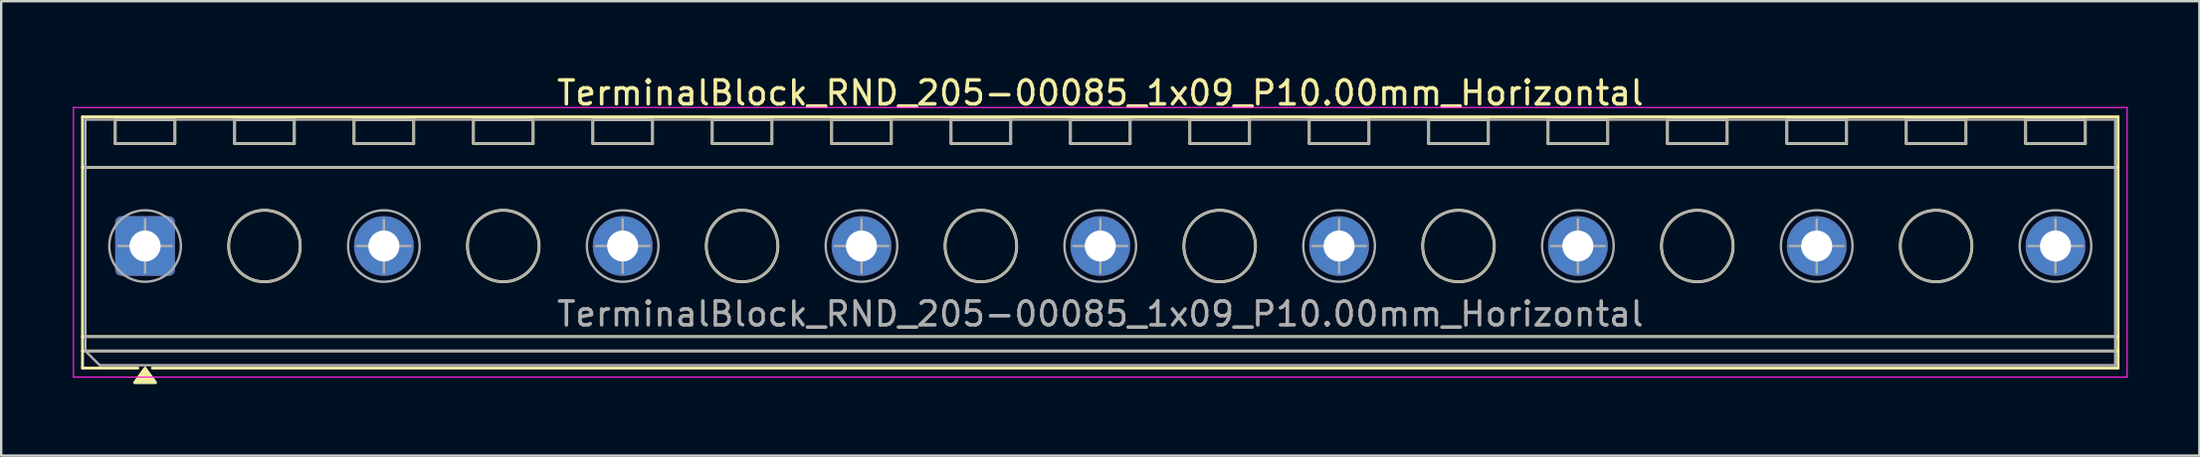
<source format=kicad_pcb>
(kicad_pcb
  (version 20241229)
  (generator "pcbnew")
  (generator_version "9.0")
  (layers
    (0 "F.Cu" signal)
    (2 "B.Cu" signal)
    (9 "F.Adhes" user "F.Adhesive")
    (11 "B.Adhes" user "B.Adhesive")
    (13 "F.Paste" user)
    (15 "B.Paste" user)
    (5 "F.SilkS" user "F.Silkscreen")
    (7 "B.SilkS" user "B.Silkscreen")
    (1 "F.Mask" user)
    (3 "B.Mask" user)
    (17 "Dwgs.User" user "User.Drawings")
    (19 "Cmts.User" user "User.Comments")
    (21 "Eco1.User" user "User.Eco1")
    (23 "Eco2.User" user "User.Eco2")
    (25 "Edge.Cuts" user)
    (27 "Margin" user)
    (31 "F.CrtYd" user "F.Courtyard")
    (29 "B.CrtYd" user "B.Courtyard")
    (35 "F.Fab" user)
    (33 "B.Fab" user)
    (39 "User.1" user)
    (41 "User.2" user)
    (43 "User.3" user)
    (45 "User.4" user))
  (footprint "TerminalBlock_RND_205-00085_1x09_P10.00mm_Horizontal"
    (layer "F.Cu")
    (at 3.025 7.268)
    (property "Reference" "TerminalBlock_RND_205-00085_1x09_P10.00mm_Horizontal" (at 40 -6.42 0) (layer "F.SilkS") (effects (font (size 1 1) (thickness 0.15))))
    (attr through_hole)
    (fp_line (start -2.62 -5.42) (end 82.62 -5.42) (stroke (width 0.12) (type solid)) (layer "F.SilkS"))
    (fp_line (start -2.62 -3.3) (end 82.62 -3.3) (stroke (width 0.12) (type solid)) (layer "F.SilkS"))
    (fp_line (start -2.62 3.8) (end 82.62 3.8) (stroke (width 0.12) (type solid)) (layer "F.SilkS"))
    (fp_line (start -2.62 4.4) (end 82.62 4.4) (stroke (width 0.12) (type solid)) (layer "F.SilkS"))
    (fp_line (start -2.62 5.12) (end -2.62 -5.42) (stroke (width 0.12) (type solid)) (layer "F.SilkS"))
    (fp_line (start -1.25 -5.3) (end 1.25 -5.3) (stroke (width 0.12) (type solid)) (layer "F.SilkS"))
    (fp_line (start -1.25 -4.3) (end -1.25 -5.3) (stroke (width 0.12) (type solid)) (layer "F.SilkS"))
    (fp_line (start -0.3 5.12) (end -2.62 5.12) (stroke (width 0.12) (type solid)) (layer "F.SilkS"))
    (fp_line (start 1.25 -5.3) (end 1.25 -4.3) (stroke (width 0.12) (type solid)) (layer "F.SilkS"))
    (fp_line (start 1.25 -4.3) (end -1.25 -4.3) (stroke (width 0.12) (type solid)) (layer "F.SilkS"))
    (fp_line (start 3.75 -5.3) (end 6.25 -5.3) (stroke (width 0.12) (type solid)) (layer "F.SilkS"))
    (fp_line (start 3.75 -4.3) (end 3.75 -5.3) (stroke (width 0.12) (type solid)) (layer "F.SilkS"))
    (fp_line (start 6.25 -5.3) (end 6.25 -4.3) (stroke (width 0.12) (type solid)) (layer "F.SilkS"))
    (fp_line (start 6.25 -4.3) (end 3.75 -4.3) (stroke (width 0.12) (type solid)) (layer "F.SilkS"))
    (fp_line (start 8.75 -5.3) (end 11.25 -5.3) (stroke (width 0.12) (type solid)) (layer "F.SilkS"))
    (fp_line (start 8.75 -4.3) (end 8.75 -5.3) (stroke (width 0.12) (type solid)) (layer "F.SilkS"))
    (fp_line (start 11.25 -5.3) (end 11.25 -4.3) (stroke (width 0.12) (type solid)) (layer "F.SilkS"))
    (fp_line (start 11.25 -4.3) (end 8.75 -4.3) (stroke (width 0.12) (type solid)) (layer "F.SilkS"))
    (fp_line (start 13.75 -5.3) (end 16.25 -5.3) (stroke (width 0.12) (type solid)) (layer "F.SilkS"))
    (fp_line (start 13.75 -4.3) (end 13.75 -5.3) (stroke (width 0.12) (type solid)) (layer "F.SilkS"))
    (fp_line (start 16.25 -5.3) (end 16.25 -4.3) (stroke (width 0.12) (type solid)) (layer "F.SilkS"))
    (fp_line (start 16.25 -4.3) (end 13.75 -4.3) (stroke (width 0.12) (type solid)) (layer "F.SilkS"))
    (fp_line (start 18.75 -5.3) (end 21.25 -5.3) (stroke (width 0.12) (type solid)) (layer "F.SilkS"))
    (fp_line (start 18.75 -4.3) (end 18.75 -5.3) (stroke (width 0.12) (type solid)) (layer "F.SilkS"))
    (fp_line (start 21.25 -5.3) (end 21.25 -4.3) (stroke (width 0.12) (type solid)) (layer "F.SilkS"))
    (fp_line (start 21.25 -4.3) (end 18.75 -4.3) (stroke (width 0.12) (type solid)) (layer "F.SilkS"))
    (fp_line (start 23.75 -5.3) (end 26.25 -5.3) (stroke (width 0.12) (type solid)) (layer "F.SilkS"))
    (fp_line (start 23.75 -4.3) (end 23.75 -5.3) (stroke (width 0.12) (type solid)) (layer "F.SilkS"))
    (fp_line (start 26.25 -5.3) (end 26.25 -4.3) (stroke (width 0.12) (type solid)) (layer "F.SilkS"))
    (fp_line (start 26.25 -4.3) (end 23.75 -4.3) (stroke (width 0.12) (type solid)) (layer "F.SilkS"))
    (fp_line (start 28.75 -5.3) (end 31.25 -5.3) (stroke (width 0.12) (type solid)) (layer "F.SilkS"))
    (fp_line (start 28.75 -4.3) (end 28.75 -5.3) (stroke (width 0.12) (type solid)) (layer "F.SilkS"))
    (fp_line (start 31.25 -5.3) (end 31.25 -4.3) (stroke (width 0.12) (type solid)) (layer "F.SilkS"))
    (fp_line (start 31.25 -4.3) (end 28.75 -4.3) (stroke (width 0.12) (type solid)) (layer "F.SilkS"))
    (fp_line (start 33.75 -5.3) (end 36.25 -5.3) (stroke (width 0.12) (type solid)) (layer "F.SilkS"))
    (fp_line (start 33.75 -4.3) (end 33.75 -5.3) (stroke (width 0.12) (type solid)) (layer "F.SilkS"))
    (fp_line (start 36.25 -5.3) (end 36.25 -4.3) (stroke (width 0.12) (type solid)) (layer "F.SilkS"))
    (fp_line (start 36.25 -4.3) (end 33.75 -4.3) (stroke (width 0.12) (type solid)) (layer "F.SilkS"))
    (fp_line (start 38.75 -5.3) (end 41.25 -5.3) (stroke (width 0.12) (type solid)) (layer "F.SilkS"))
    (fp_line (start 38.75 -4.3) (end 38.75 -5.3) (stroke (width 0.12) (type solid)) (layer "F.SilkS"))
    (fp_line (start 41.25 -5.3) (end 41.25 -4.3) (stroke (width 0.12) (type solid)) (layer "F.SilkS"))
    (fp_line (start 41.25 -4.3) (end 38.75 -4.3) (stroke (width 0.12) (type solid)) (layer "F.SilkS"))
    (fp_line (start 43.75 -5.3) (end 46.25 -5.3) (stroke (width 0.12) (type solid)) (layer "F.SilkS"))
    (fp_line (start 43.75 -4.3) (end 43.75 -5.3) (stroke (width 0.12) (type solid)) (layer "F.SilkS"))
    (fp_line (start 46.25 -5.3) (end 46.25 -4.3) (stroke (width 0.12) (type solid)) (layer "F.SilkS"))
    (fp_line (start 46.25 -4.3) (end 43.75 -4.3) (stroke (width 0.12) (type solid)) (layer "F.SilkS"))
    (fp_line (start 48.75 -5.3) (end 51.25 -5.3) (stroke (width 0.12) (type solid)) (layer "F.SilkS"))
    (fp_line (start 48.75 -4.3) (end 48.75 -5.3) (stroke (width 0.12) (type solid)) (layer "F.SilkS"))
    (fp_line (start 51.25 -5.3) (end 51.25 -4.3) (stroke (width 0.12) (type solid)) (layer "F.SilkS"))
    (fp_line (start 51.25 -4.3) (end 48.75 -4.3) (stroke (width 0.12) (type solid)) (layer "F.SilkS"))
    (fp_line (start 53.75 -5.3) (end 56.25 -5.3) (stroke (width 0.12) (type solid)) (layer "F.SilkS"))
    (fp_line (start 53.75 -4.3) (end 53.75 -5.3) (stroke (width 0.12) (type solid)) (layer "F.SilkS"))
    (fp_line (start 56.25 -5.3) (end 56.25 -4.3) (stroke (width 0.12) (type solid)) (layer "F.SilkS"))
    (fp_line (start 56.25 -4.3) (end 53.75 -4.3) (stroke (width 0.12) (type solid)) (layer "F.SilkS"))
    (fp_line (start 58.75 -5.3) (end 61.25 -5.3) (stroke (width 0.12) (type solid)) (layer "F.SilkS"))
    (fp_line (start 58.75 -4.3) (end 58.75 -5.3) (stroke (width 0.12) (type solid)) (layer "F.SilkS"))
    (fp_line (start 61.25 -5.3) (end 61.25 -4.3) (stroke (width 0.12) (type solid)) (layer "F.SilkS"))
    (fp_line (start 61.25 -4.3) (end 58.75 -4.3) (stroke (width 0.12) (type solid)) (layer "F.SilkS"))
    (fp_line (start 63.75 -5.3) (end 66.25 -5.3) (stroke (width 0.12) (type solid)) (layer "F.SilkS"))
    (fp_line (start 63.75 -4.3) (end 63.75 -5.3) (stroke (width 0.12) (type solid)) (layer "F.SilkS"))
    (fp_line (start 66.25 -5.3) (end 66.25 -4.3) (stroke (width 0.12) (type solid)) (layer "F.SilkS"))
    (fp_line (start 66.25 -4.3) (end 63.75 -4.3) (stroke (width 0.12) (type solid)) (layer "F.SilkS"))
    (fp_line (start 68.75 -5.3) (end 71.25 -5.3) (stroke (width 0.12) (type solid)) (layer "F.SilkS"))
    (fp_line (start 68.75 -4.3) (end 68.75 -5.3) (stroke (width 0.12) (type solid)) (layer "F.SilkS"))
    (fp_line (start 71.25 -5.3) (end 71.25 -4.3) (stroke (width 0.12) (type solid)) (layer "F.SilkS"))
    (fp_line (start 71.25 -4.3) (end 68.75 -4.3) (stroke (width 0.12) (type solid)) (layer "F.SilkS"))
    (fp_line (start 73.75 -5.3) (end 76.25 -5.3) (stroke (width 0.12) (type solid)) (layer "F.SilkS"))
    (fp_line (start 73.75 -4.3) (end 73.75 -5.3) (stroke (width 0.12) (type solid)) (layer "F.SilkS"))
    (fp_line (start 76.25 -5.3) (end 76.25 -4.3) (stroke (width 0.12) (type solid)) (layer "F.SilkS"))
    (fp_line (start 76.25 -4.3) (end 73.75 -4.3) (stroke (width 0.12) (type solid)) (layer "F.SilkS"))
    (fp_line (start 78.75 -5.3) (end 81.25 -5.3) (stroke (width 0.12) (type solid)) (layer "F.SilkS"))
    (fp_line (start 78.75 -4.3) (end 78.75 -5.3) (stroke (width 0.12) (type solid)) (layer "F.SilkS"))
    (fp_line (start 81.25 -5.3) (end 81.25 -4.3) (stroke (width 0.12) (type solid)) (layer "F.SilkS"))
    (fp_line (start 81.25 -4.3) (end 78.75 -4.3) (stroke (width 0.12) (type solid)) (layer "F.SilkS"))
    (fp_line (start 82.62 -5.42) (end 82.62 5.12) (stroke (width 0.12) (type solid)) (layer "F.SilkS"))
    (fp_line (start 82.62 5.12) (end 0.3 5.12) (stroke (width 0.12) (type solid)) (layer "F.SilkS"))
    (fp_circle (center 5 0) (end 6.5 0) (stroke (width 0.12) (type solid)) (fill no) (layer "F.SilkS"))
    (fp_circle (center 15 0) (end 16.5 0) (stroke (width 0.12) (type solid)) (fill no) (layer "F.SilkS"))
    (fp_circle (center 25 0) (end 26.5 0) (stroke (width 0.12) (type solid)) (fill no) (layer "F.SilkS"))
    (fp_circle (center 35 0) (end 36.5 0) (stroke (width 0.12) (type solid)) (fill no) (layer "F.SilkS"))
    (fp_circle (center 45 0) (end 46.5 0) (stroke (width 0.12) (type solid)) (fill no) (layer "F.SilkS"))
    (fp_circle (center 55 0) (end 56.5 0) (stroke (width 0.12) (type solid)) (fill no) (layer "F.SilkS"))
    (fp_circle (center 65 0) (end 66.5 0) (stroke (width 0.12) (type solid)) (fill no) (layer "F.SilkS"))
    (fp_circle (center 75 0) (end 76.5 0) (stroke (width 0.12) (type solid)) (fill no) (layer "F.SilkS"))
    (fp_poly (pts (xy 0 5.12) (xy 0.44 5.73) (xy -0.44 5.73)) (stroke (width 0.12) (type solid)) (fill yes) (layer "F.SilkS"))
    (fp_line (start -3 -5.81) (end -3 5.5) (stroke (width 0.05) (type solid)) (layer "F.CrtYd"))
    (fp_line (start -3 5.5) (end 83 5.5) (stroke (width 0.05) (type solid)) (layer "F.CrtYd"))
    (fp_line (start 83 -5.81) (end -3 -5.81) (stroke (width 0.05) (type solid)) (layer "F.CrtYd"))
    (fp_line (start 83 5.5) (end 83 -5.81) (stroke (width 0.05) (type solid)) (layer "F.CrtYd"))
    (fp_line (start -2.5 -5.3) (end 82.5 -5.3) (stroke (width 0.1) (type solid)) (layer "F.Fab"))
    (fp_line (start -2.5 -3.3) (end 82.5 -3.3) (stroke (width 0.1) (type solid)) (layer "F.Fab"))
    (fp_line (start -2.5 3.8) (end 82.5 3.8) (stroke (width 0.1) (type solid)) (layer "F.Fab"))
    (fp_line (start -2.5 4.4) (end -2.5 -5.3) (stroke (width 0.1) (type solid)) (layer "F.Fab"))
    (fp_line (start -2.5 4.4) (end 82.5 4.4) (stroke (width 0.1) (type solid)) (layer "F.Fab"))
    (fp_line (start -1.9 5) (end -2.5 4.4) (stroke (width 0.1) (type solid)) (layer "F.Fab"))
    (fp_line (start -1.25 -5.3) (end -1.25 -4.3) (stroke (width 0.1) (type solid)) (layer "F.Fab"))
    (fp_line (start -1.25 -4.3) (end 1.25 -4.3) (stroke (width 0.1) (type solid)) (layer "F.Fab"))
    (fp_line (start -1.125 0) (end 1.125 0) (stroke (width 0.1) (type solid)) (layer "F.Fab"))
    (fp_line (start 0 -1.125) (end 0 1.125) (stroke (width 0.1) (type solid)) (layer "F.Fab"))
    (fp_line (start 1.25 -5.3) (end -1.25 -5.3) (stroke (width 0.1) (type solid)) (layer "F.Fab"))
    (fp_line (start 1.25 -4.3) (end 1.25 -5.3) (stroke (width 0.1) (type solid)) (layer "F.Fab"))
    (fp_line (start 3.75 -5.3) (end 3.75 -4.3) (stroke (width 0.1) (type solid)) (layer "F.Fab"))
    (fp_line (start 3.75 -4.3) (end 6.25 -4.3) (stroke (width 0.1) (type solid)) (layer "F.Fab"))
    (fp_line (start 6.25 -5.3) (end 3.75 -5.3) (stroke (width 0.1) (type solid)) (layer "F.Fab"))
    (fp_line (start 6.25 -4.3) (end 6.25 -5.3) (stroke (width 0.1) (type solid)) (layer "F.Fab"))
    (fp_line (start 8.75 -5.3) (end 8.75 -4.3) (stroke (width 0.1) (type solid)) (layer "F.Fab"))
    (fp_line (start 8.75 -4.3) (end 11.25 -4.3) (stroke (width 0.1) (type solid)) (layer "F.Fab"))
    (fp_line (start 8.875 0) (end 11.125 0) (stroke (width 0.1) (type solid)) (layer "F.Fab"))
    (fp_line (start 10 -1.125) (end 10 1.125) (stroke (width 0.1) (type solid)) (layer "F.Fab"))
    (fp_line (start 11.25 -5.3) (end 8.75 -5.3) (stroke (width 0.1) (type solid)) (layer "F.Fab"))
    (fp_line (start 11.25 -4.3) (end 11.25 -5.3) (stroke (width 0.1) (type solid)) (layer "F.Fab"))
    (fp_line (start 13.75 -5.3) (end 13.75 -4.3) (stroke (width 0.1) (type solid)) (layer "F.Fab"))
    (fp_line (start 13.75 -4.3) (end 16.25 -4.3) (stroke (width 0.1) (type solid)) (layer "F.Fab"))
    (fp_line (start 16.25 -5.3) (end 13.75 -5.3) (stroke (width 0.1) (type solid)) (layer "F.Fab"))
    (fp_line (start 16.25 -4.3) (end 16.25 -5.3) (stroke (width 0.1) (type solid)) (layer "F.Fab"))
    (fp_line (start 18.75 -5.3) (end 18.75 -4.3) (stroke (width 0.1) (type solid)) (layer "F.Fab"))
    (fp_line (start 18.75 -4.3) (end 21.25 -4.3) (stroke (width 0.1) (type solid)) (layer "F.Fab"))
    (fp_line (start 18.875 0) (end 21.125 0) (stroke (width 0.1) (type solid)) (layer "F.Fab"))
    (fp_line (start 20 -1.125) (end 20 1.125) (stroke (width 0.1) (type solid)) (layer "F.Fab"))
    (fp_line (start 21.25 -5.3) (end 18.75 -5.3) (stroke (width 0.1) (type solid)) (layer "F.Fab"))
    (fp_line (start 21.25 -4.3) (end 21.25 -5.3) (stroke (width 0.1) (type solid)) (layer "F.Fab"))
    (fp_line (start 23.75 -5.3) (end 23.75 -4.3) (stroke (width 0.1) (type solid)) (layer "F.Fab"))
    (fp_line (start 23.75 -4.3) (end 26.25 -4.3) (stroke (width 0.1) (type solid)) (layer "F.Fab"))
    (fp_line (start 26.25 -5.3) (end 23.75 -5.3) (stroke (width 0.1) (type solid)) (layer "F.Fab"))
    (fp_line (start 26.25 -4.3) (end 26.25 -5.3) (stroke (width 0.1) (type solid)) (layer "F.Fab"))
    (fp_line (start 28.75 -5.3) (end 28.75 -4.3) (stroke (width 0.1) (type solid)) (layer "F.Fab"))
    (fp_line (start 28.75 -4.3) (end 31.25 -4.3) (stroke (width 0.1) (type solid)) (layer "F.Fab"))
    (fp_line (start 28.875 0) (end 31.125 0) (stroke (width 0.1) (type solid)) (layer "F.Fab"))
    (fp_line (start 30 -1.125) (end 30 1.125) (stroke (width 0.1) (type solid)) (layer "F.Fab"))
    (fp_line (start 31.25 -5.3) (end 28.75 -5.3) (stroke (width 0.1) (type solid)) (layer "F.Fab"))
    (fp_line (start 31.25 -4.3) (end 31.25 -5.3) (stroke (width 0.1) (type solid)) (layer "F.Fab"))
    (fp_line (start 33.75 -5.3) (end 33.75 -4.3) (stroke (width 0.1) (type solid)) (layer "F.Fab"))
    (fp_line (start 33.75 -4.3) (end 36.25 -4.3) (stroke (width 0.1) (type solid)) (layer "F.Fab"))
    (fp_line (start 36.25 -5.3) (end 33.75 -5.3) (stroke (width 0.1) (type solid)) (layer "F.Fab"))
    (fp_line (start 36.25 -4.3) (end 36.25 -5.3) (stroke (width 0.1) (type solid)) (layer "F.Fab"))
    (fp_line (start 38.75 -5.3) (end 38.75 -4.3) (stroke (width 0.1) (type solid)) (layer "F.Fab"))
    (fp_line (start 38.75 -4.3) (end 41.25 -4.3) (stroke (width 0.1) (type solid)) (layer "F.Fab"))
    (fp_line (start 38.875 0) (end 41.125 0) (stroke (width 0.1) (type solid)) (layer "F.Fab"))
    (fp_line (start 40 -1.125) (end 40 1.125) (stroke (width 0.1) (type solid)) (layer "F.Fab"))
    (fp_line (start 41.25 -5.3) (end 38.75 -5.3) (stroke (width 0.1) (type solid)) (layer "F.Fab"))
    (fp_line (start 41.25 -4.3) (end 41.25 -5.3) (stroke (width 0.1) (type solid)) (layer "F.Fab"))
    (fp_line (start 43.75 -5.3) (end 43.75 -4.3) (stroke (width 0.1) (type solid)) (layer "F.Fab"))
    (fp_line (start 43.75 -4.3) (end 46.25 -4.3) (stroke (width 0.1) (type solid)) (layer "F.Fab"))
    (fp_line (start 46.25 -5.3) (end 43.75 -5.3) (stroke (width 0.1) (type solid)) (layer "F.Fab"))
    (fp_line (start 46.25 -4.3) (end 46.25 -5.3) (stroke (width 0.1) (type solid)) (layer "F.Fab"))
    (fp_line (start 48.75 -5.3) (end 48.75 -4.3) (stroke (width 0.1) (type solid)) (layer "F.Fab"))
    (fp_line (start 48.75 -4.3) (end 51.25 -4.3) (stroke (width 0.1) (type solid)) (layer "F.Fab"))
    (fp_line (start 48.875 0) (end 51.125 0) (stroke (width 0.1) (type solid)) (layer "F.Fab"))
    (fp_line (start 50 -1.125) (end 50 1.125) (stroke (width 0.1) (type solid)) (layer "F.Fab"))
    (fp_line (start 51.25 -5.3) (end 48.75 -5.3) (stroke (width 0.1) (type solid)) (layer "F.Fab"))
    (fp_line (start 51.25 -4.3) (end 51.25 -5.3) (stroke (width 0.1) (type solid)) (layer "F.Fab"))
    (fp_line (start 53.75 -5.3) (end 53.75 -4.3) (stroke (width 0.1) (type solid)) (layer "F.Fab"))
    (fp_line (start 53.75 -4.3) (end 56.25 -4.3) (stroke (width 0.1) (type solid)) (layer "F.Fab"))
    (fp_line (start 56.25 -5.3) (end 53.75 -5.3) (stroke (width 0.1) (type solid)) (layer "F.Fab"))
    (fp_line (start 56.25 -4.3) (end 56.25 -5.3) (stroke (width 0.1) (type solid)) (layer "F.Fab"))
    (fp_line (start 58.75 -5.3) (end 58.75 -4.3) (stroke (width 0.1) (type solid)) (layer "F.Fab"))
    (fp_line (start 58.75 -4.3) (end 61.25 -4.3) (stroke (width 0.1) (type solid)) (layer "F.Fab"))
    (fp_line (start 58.875 0) (end 61.125 0) (stroke (width 0.1) (type solid)) (layer "F.Fab"))
    (fp_line (start 60 -1.125) (end 60 1.125) (stroke (width 0.1) (type solid)) (layer "F.Fab"))
    (fp_line (start 61.25 -5.3) (end 58.75 -5.3) (stroke (width 0.1) (type solid)) (layer "F.Fab"))
    (fp_line (start 61.25 -4.3) (end 61.25 -5.3) (stroke (width 0.1) (type solid)) (layer "F.Fab"))
    (fp_line (start 63.75 -5.3) (end 63.75 -4.3) (stroke (width 0.1) (type solid)) (layer "F.Fab"))
    (fp_line (start 63.75 -4.3) (end 66.25 -4.3) (stroke (width 0.1) (type solid)) (layer "F.Fab"))
    (fp_line (start 66.25 -5.3) (end 63.75 -5.3) (stroke (width 0.1) (type solid)) (layer "F.Fab"))
    (fp_line (start 66.25 -4.3) (end 66.25 -5.3) (stroke (width 0.1) (type solid)) (layer "F.Fab"))
    (fp_line (start 68.75 -5.3) (end 68.75 -4.3) (stroke (width 0.1) (type solid)) (layer "F.Fab"))
    (fp_line (start 68.75 -4.3) (end 71.25 -4.3) (stroke (width 0.1) (type solid)) (layer "F.Fab"))
    (fp_line (start 68.875 0) (end 71.125 0) (stroke (width 0.1) (type solid)) (layer "F.Fab"))
    (fp_line (start 70 -1.125) (end 70 1.125) (stroke (width 0.1) (type solid)) (layer "F.Fab"))
    (fp_line (start 71.25 -5.3) (end 68.75 -5.3) (stroke (width 0.1) (type solid)) (layer "F.Fab"))
    (fp_line (start 71.25 -4.3) (end 71.25 -5.3) (stroke (width 0.1) (type solid)) (layer "F.Fab"))
    (fp_line (start 73.75 -5.3) (end 73.75 -4.3) (stroke (width 0.1) (type solid)) (layer "F.Fab"))
    (fp_line (start 73.75 -4.3) (end 76.25 -4.3) (stroke (width 0.1) (type solid)) (layer "F.Fab"))
    (fp_line (start 76.25 -5.3) (end 73.75 -5.3) (stroke (width 0.1) (type solid)) (layer "F.Fab"))
    (fp_line (start 76.25 -4.3) (end 76.25 -5.3) (stroke (width 0.1) (type solid)) (layer "F.Fab"))
    (fp_line (start 78.75 -5.3) (end 78.75 -4.3) (stroke (width 0.1) (type solid)) (layer "F.Fab"))
    (fp_line (start 78.75 -4.3) (end 81.25 -4.3) (stroke (width 0.1) (type solid)) (layer "F.Fab"))
    (fp_line (start 78.875 0) (end 81.125 0) (stroke (width 0.1) (type solid)) (layer "F.Fab"))
    (fp_line (start 80 -1.125) (end 80 1.125) (stroke (width 0.1) (type solid)) (layer "F.Fab"))
    (fp_line (start 81.25 -5.3) (end 78.75 -5.3) (stroke (width 0.1) (type solid)) (layer "F.Fab"))
    (fp_line (start 81.25 -4.3) (end 81.25 -5.3) (stroke (width 0.1) (type solid)) (layer "F.Fab"))
    (fp_line (start 82.5 -5.3) (end 82.5 5) (stroke (width 0.1) (type solid)) (layer "F.Fab"))
    (fp_line (start 82.5 5) (end -1.9 5) (stroke (width 0.1) (type solid)) (layer "F.Fab"))
    (fp_circle (center 0 0) (end 1.5 0) (stroke (width 0.1) (type solid)) (fill no) (layer "F.Fab"))
    (fp_circle (center 5 0) (end 6.5 0) (stroke (width 0.1) (type solid)) (fill no) (layer "F.Fab"))
    (fp_circle (center 10 0) (end 11.5 0) (stroke (width 0.1) (type solid)) (fill no) (layer "F.Fab"))
    (fp_circle (center 15 0) (end 16.5 0) (stroke (width 0.1) (type solid)) (fill no) (layer "F.Fab"))
    (fp_circle (center 20 0) (end 21.5 0) (stroke (width 0.1) (type solid)) (fill no) (layer "F.Fab"))
    (fp_circle (center 25 0) (end 26.5 0) (stroke (width 0.1) (type solid)) (fill no) (layer "F.Fab"))
    (fp_circle (center 30 0) (end 31.5 0) (stroke (width 0.1) (type solid)) (fill no) (layer "F.Fab"))
    (fp_circle (center 35 0) (end 36.5 0) (stroke (width 0.1) (type solid)) (fill no) (layer "F.Fab"))
    (fp_circle (center 40 0) (end 41.5 0) (stroke (width 0.1) (type solid)) (fill no) (layer "F.Fab"))
    (fp_circle (center 45 0) (end 46.5 0) (stroke (width 0.1) (type solid)) (fill no) (layer "F.Fab"))
    (fp_circle (center 50 0) (end 51.5 0) (stroke (width 0.1) (type solid)) (fill no) (layer "F.Fab"))
    (fp_circle (center 55 0) (end 56.5 0) (stroke (width 0.1) (type solid)) (fill no) (layer "F.Fab"))
    (fp_circle (center 60 0) (end 61.5 0) (stroke (width 0.1) (type solid)) (fill no) (layer "F.Fab"))
    (fp_circle (center 65 0) (end 66.5 0) (stroke (width 0.1) (type solid)) (fill no) (layer "F.Fab"))
    (fp_circle (center 70 0) (end 71.5 0) (stroke (width 0.1) (type solid)) (fill no) (layer "F.Fab"))
    (fp_circle (center 75 0) (end 76.5 0) (stroke (width 0.1) (type solid)) (fill no) (layer "F.Fab"))
    (fp_circle (center 80 0) (end 81.5 0) (stroke (width 0.1) (type solid)) (fill no) (layer "F.Fab"))
    (fp_text user "${REFERENCE}" (at 40 2.85 0) (layer "F.Fab") (effects (font (size 1 1) (thickness 0.15))))
    (pad "1" thru_hole roundrect (at 0 0) (size 2.5 2.5) (drill 1.3) (layers "*.Cu" "*.Mask") (roundrect_rratio 0.1))
    (pad "2" thru_hole circle (at 10 0) (size 2.5 2.5) (drill 1.3) (layers "*.Cu" "*.Mask"))
    (pad "3" thru_hole circle (at 20 0) (size 2.5 2.5) (drill 1.3) (layers "*.Cu" "*.Mask"))
    (pad "4" thru_hole circle (at 30 0) (size 2.5 2.5) (drill 1.3) (layers "*.Cu" "*.Mask"))
    (pad "5" thru_hole circle (at 40 0) (size 2.5 2.5) (drill 1.3) (layers "*.Cu" "*.Mask"))
    (pad "6" thru_hole circle (at 50 0) (size 2.5 2.5) (drill 1.3) (layers "*.Cu" "*.Mask"))
    (pad "7" thru_hole circle (at 60 0) (size 2.5 2.5) (drill 1.3) (layers "*.Cu" "*.Mask"))
    (pad "8" thru_hole circle (at 70 0) (size 2.5 2.5) (drill 1.3) (layers "*.Cu" "*.Mask"))
    (pad "9" thru_hole circle (at 80 0) (size 2.5 2.5) (drill 1.3) (layers "*.Cu" "*.Mask")))
  (gr_rect
    (start -3 -3)
    (end 89.05 16.058)
    (stroke (width 0.1) (type default))
    (fill no)
    (layer "Edge.Cuts")))
</source>
